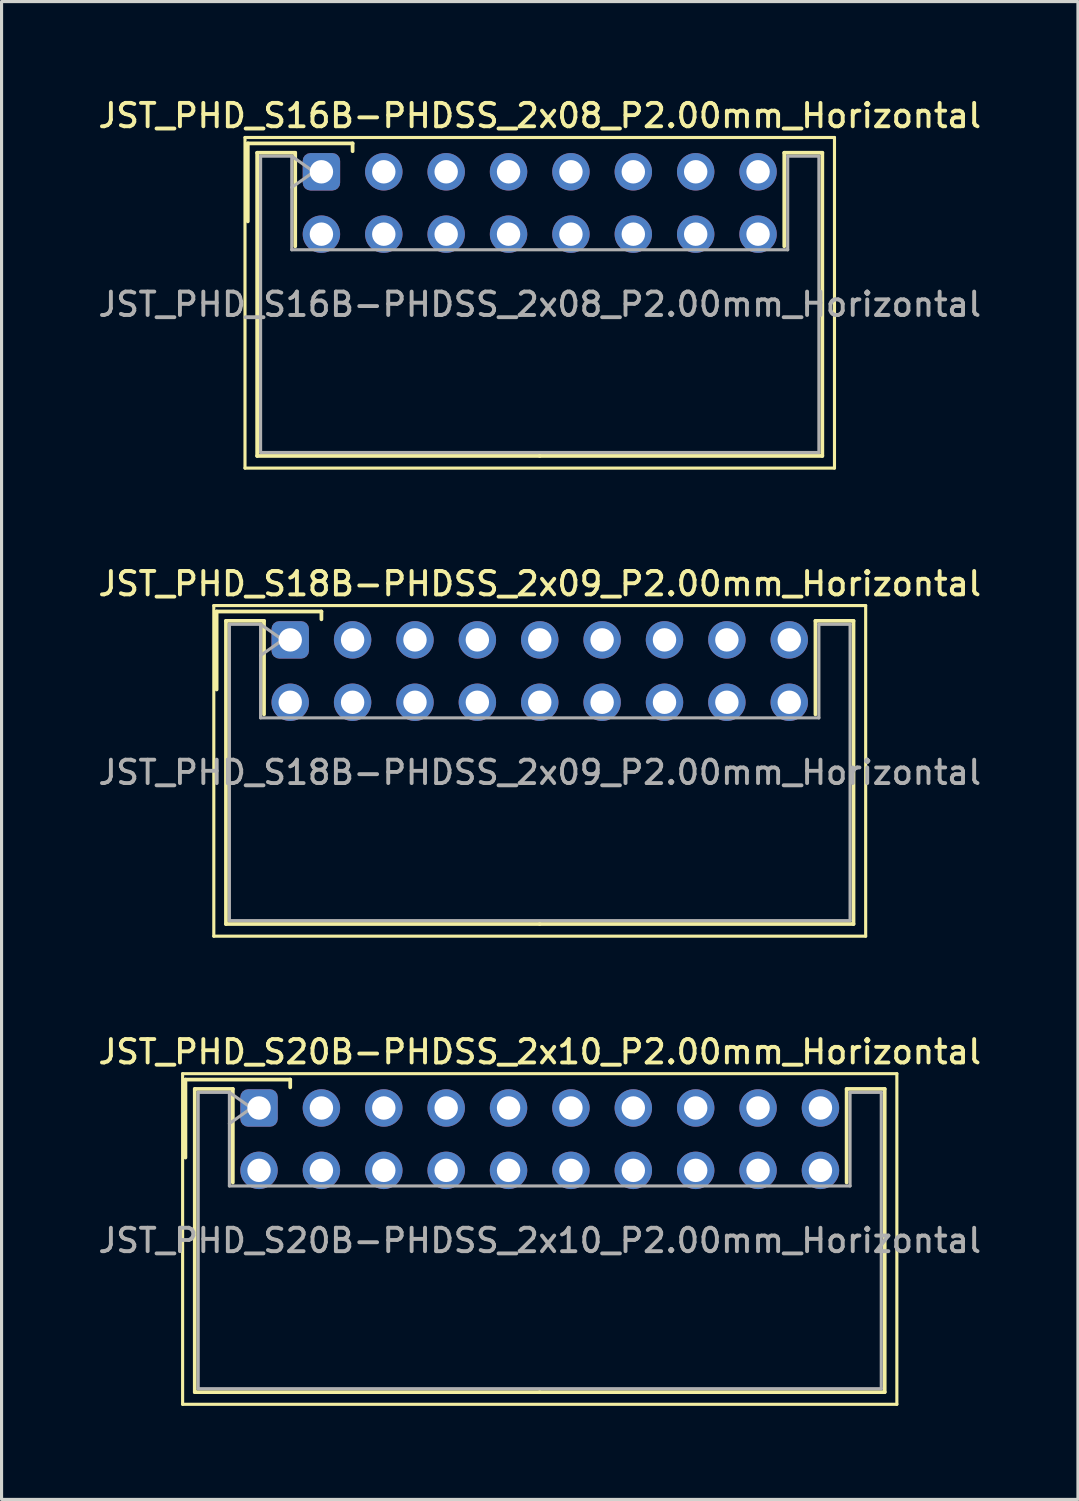
<source format=kicad_pcb>
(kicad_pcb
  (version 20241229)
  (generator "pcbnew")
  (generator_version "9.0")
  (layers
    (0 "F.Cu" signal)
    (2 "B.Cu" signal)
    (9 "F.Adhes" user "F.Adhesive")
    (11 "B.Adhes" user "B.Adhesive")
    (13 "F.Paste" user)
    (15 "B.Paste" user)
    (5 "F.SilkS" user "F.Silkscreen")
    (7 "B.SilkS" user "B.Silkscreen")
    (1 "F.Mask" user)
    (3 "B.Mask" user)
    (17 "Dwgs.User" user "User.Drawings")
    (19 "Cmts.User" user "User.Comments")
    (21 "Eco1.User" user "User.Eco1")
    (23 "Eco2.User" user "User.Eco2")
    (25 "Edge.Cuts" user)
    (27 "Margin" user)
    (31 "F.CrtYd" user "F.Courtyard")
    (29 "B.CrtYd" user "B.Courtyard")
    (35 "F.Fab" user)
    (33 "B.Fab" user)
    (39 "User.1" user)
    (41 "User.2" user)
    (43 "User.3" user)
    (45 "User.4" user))
  (footprint "JST_PHD_S16B-PHDSS_2x08_P2.00mm_Horizontal"
    (layer "F.Cu")
    (at 7.255 2.458)
    (property "Reference" "JST_PHD_S16B-PHDSS_2x08_P2.00mm_Horizontal" (at 7 -1.8 0) (layer "F.SilkS") (effects (font (size 0.75 0.75) (thickness 0.125))))
    (attr through_hole)
    (fp_line (start -2.45 -1.1) (end -2.45 9.5) (stroke (width 0.1) (type solid)) (layer "F.SilkS"))
    (fp_line (start -2.45 9.5) (end 16.45 9.5) (stroke (width 0.1) (type solid)) (layer "F.SilkS"))
    (fp_line (start -2.36 -0.91) (end -2.36 1.59) (stroke (width 0.12) (type solid)) (layer "F.SilkS"))
    (fp_line (start -2.06 -0.61) (end -2.06 9.11) (stroke (width 0.12) (type solid)) (layer "F.SilkS"))
    (fp_line (start -2.06 9.11) (end 7 9.11) (stroke (width 0.12) (type solid)) (layer "F.SilkS"))
    (fp_line (start -0.84 -0.61) (end -2.06 -0.61) (stroke (width 0.12) (type solid)) (layer "F.SilkS"))
    (fp_line (start -0.84 2.39) (end -0.84 -0.61) (stroke (width 0.12) (type solid)) (layer "F.SilkS"))
    (fp_line (start 1 -0.91) (end -2.36 -0.91) (stroke (width 0.12) (type solid)) (layer "F.SilkS"))
    (fp_line (start 1 -0.66) (end 1 -0.91) (stroke (width 0.12) (type solid)) (layer "F.SilkS"))
    (fp_line (start 14.84 -0.61) (end 16.06 -0.61) (stroke (width 0.12) (type solid)) (layer "F.SilkS"))
    (fp_line (start 14.84 2.39) (end 14.84 -0.61) (stroke (width 0.12) (type solid)) (layer "F.SilkS"))
    (fp_line (start 16.06 -0.61) (end 16.06 9.11) (stroke (width 0.12) (type solid)) (layer "F.SilkS"))
    (fp_line (start 16.06 9.11) (end 7 9.11) (stroke (width 0.12) (type solid)) (layer "F.SilkS"))
    (fp_line (start 16.45 -1.1) (end -2.45 -1.1) (stroke (width 0.1) (type solid)) (layer "F.SilkS"))
    (fp_line (start 16.45 9.5) (end 16.45 -1.1) (stroke (width 0.1) (type solid)) (layer "F.SilkS"))
    (fp_line (start -1.95 -0.5) (end -0.95 -0.5) (stroke (width 0.1) (type solid)) (layer "F.Fab"))
    (fp_line (start -1.95 9) (end -1.95 -0.5) (stroke (width 0.1) (type solid)) (layer "F.Fab"))
    (fp_line (start -0.95 -0.5) (end -0.95 2.5) (stroke (width 0.1) (type solid)) (layer "F.Fab"))
    (fp_line (start -0.95 -0.5) (end -0.243 0) (stroke (width 0.1) (type solid)) (layer "F.Fab"))
    (fp_line (start -0.95 2.5) (end 14.95 2.5) (stroke (width 0.1) (type solid)) (layer "F.Fab"))
    (fp_line (start -0.243 0) (end -0.95 0.5) (stroke (width 0.1) (type solid)) (layer "F.Fab"))
    (fp_line (start 14.95 -0.5) (end 15.95 -0.5) (stroke (width 0.1) (type solid)) (layer "F.Fab"))
    (fp_line (start 14.95 2.5) (end 14.95 -0.5) (stroke (width 0.1) (type solid)) (layer "F.Fab"))
    (fp_line (start 15.95 -0.5) (end 15.95 9) (stroke (width 0.1) (type solid)) (layer "F.Fab"))
    (fp_line (start 15.95 9) (end -1.95 9) (stroke (width 0.1) (type solid)) (layer "F.Fab"))
    (fp_text user "${REFERENCE}" (at 7 4.25 0) (layer "F.Fab") (effects (font (size 0.75 0.75) (thickness 0.125))))
    (pad "1" thru_hole roundrect (at 0 0) (size 1.2 1.2) (drill 0.75) (layers "*.Cu" "*.Mask") (roundrect_rratio 0.208))
    (pad "2" thru_hole circle (at 0 2) (size 1.2 1.2) (drill 0.75) (layers "*.Cu" "*.Mask"))
    (pad "3" thru_hole circle (at 2 0) (size 1.2 1.2) (drill 0.75) (layers "*.Cu" "*.Mask"))
    (pad "4" thru_hole circle (at 2 2) (size 1.2 1.2) (drill 0.75) (layers "*.Cu" "*.Mask"))
    (pad "5" thru_hole circle (at 4 0) (size 1.2 1.2) (drill 0.75) (layers "*.Cu" "*.Mask"))
    (pad "6" thru_hole circle (at 4 2) (size 1.2 1.2) (drill 0.75) (layers "*.Cu" "*.Mask"))
    (pad "7" thru_hole circle (at 6 0) (size 1.2 1.2) (drill 0.75) (layers "*.Cu" "*.Mask"))
    (pad "8" thru_hole circle (at 6 2) (size 1.2 1.2) (drill 0.75) (layers "*.Cu" "*.Mask"))
    (pad "9" thru_hole circle (at 8 0) (size 1.2 1.2) (drill 0.75) (layers "*.Cu" "*.Mask"))
    (pad "10" thru_hole circle (at 8 2) (size 1.2 1.2) (drill 0.75) (layers "*.Cu" "*.Mask"))
    (pad "11" thru_hole circle (at 10 0) (size 1.2 1.2) (drill 0.75) (layers "*.Cu" "*.Mask"))
    (pad "12" thru_hole circle (at 10 2) (size 1.2 1.2) (drill 0.75) (layers "*.Cu" "*.Mask"))
    (pad "13" thru_hole circle (at 12 0) (size 1.2 1.2) (drill 0.75) (layers "*.Cu" "*.Mask"))
    (pad "14" thru_hole circle (at 12 2) (size 1.2 1.2) (drill 0.75) (layers "*.Cu" "*.Mask"))
    (pad "15" thru_hole circle (at 14 0) (size 1.2 1.2) (drill 0.75) (layers "*.Cu" "*.Mask"))
    (pad "16" thru_hole circle (at 14 2) (size 1.2 1.2) (drill 0.75) (layers "*.Cu" "*.Mask")))
  (footprint "JST_PHD_S18B-PHDSS_2x09_P2.00mm_Horizontal"
    (layer "F.Cu")
    (at 6.255 17.466)
    (property "Reference" "JST_PHD_S18B-PHDSS_2x09_P2.00mm_Horizontal" (at 8 -1.8 0) (layer "F.SilkS") (effects (font (size 0.75 0.75) (thickness 0.125))))
    (attr through_hole)
    (fp_line (start -2.45 -1.1) (end -2.45 9.5) (stroke (width 0.1) (type solid)) (layer "F.SilkS"))
    (fp_line (start -2.45 9.5) (end 18.45 9.5) (stroke (width 0.1) (type solid)) (layer "F.SilkS"))
    (fp_line (start -2.36 -0.91) (end -2.36 1.59) (stroke (width 0.12) (type solid)) (layer "F.SilkS"))
    (fp_line (start -2.06 -0.61) (end -2.06 9.11) (stroke (width 0.12) (type solid)) (layer "F.SilkS"))
    (fp_line (start -2.06 9.11) (end 8 9.11) (stroke (width 0.12) (type solid)) (layer "F.SilkS"))
    (fp_line (start -0.84 -0.61) (end -2.06 -0.61) (stroke (width 0.12) (type solid)) (layer "F.SilkS"))
    (fp_line (start -0.84 2.39) (end -0.84 -0.61) (stroke (width 0.12) (type solid)) (layer "F.SilkS"))
    (fp_line (start 1 -0.91) (end -2.36 -0.91) (stroke (width 0.12) (type solid)) (layer "F.SilkS"))
    (fp_line (start 1 -0.66) (end 1 -0.91) (stroke (width 0.12) (type solid)) (layer "F.SilkS"))
    (fp_line (start 16.84 -0.61) (end 18.06 -0.61) (stroke (width 0.12) (type solid)) (layer "F.SilkS"))
    (fp_line (start 16.84 2.39) (end 16.84 -0.61) (stroke (width 0.12) (type solid)) (layer "F.SilkS"))
    (fp_line (start 18.06 -0.61) (end 18.06 9.11) (stroke (width 0.12) (type solid)) (layer "F.SilkS"))
    (fp_line (start 18.06 9.11) (end 8 9.11) (stroke (width 0.12) (type solid)) (layer "F.SilkS"))
    (fp_line (start 18.45 -1.1) (end -2.45 -1.1) (stroke (width 0.1) (type solid)) (layer "F.SilkS"))
    (fp_line (start 18.45 9.5) (end 18.45 -1.1) (stroke (width 0.1) (type solid)) (layer "F.SilkS"))
    (fp_line (start -1.95 -0.5) (end -0.95 -0.5) (stroke (width 0.1) (type solid)) (layer "F.Fab"))
    (fp_line (start -1.95 9) (end -1.95 -0.5) (stroke (width 0.1) (type solid)) (layer "F.Fab"))
    (fp_line (start -0.95 -0.5) (end -0.95 2.5) (stroke (width 0.1) (type solid)) (layer "F.Fab"))
    (fp_line (start -0.95 -0.5) (end -0.243 0) (stroke (width 0.1) (type solid)) (layer "F.Fab"))
    (fp_line (start -0.95 2.5) (end 16.95 2.5) (stroke (width 0.1) (type solid)) (layer "F.Fab"))
    (fp_line (start -0.243 0) (end -0.95 0.5) (stroke (width 0.1) (type solid)) (layer "F.Fab"))
    (fp_line (start 16.95 -0.5) (end 17.95 -0.5) (stroke (width 0.1) (type solid)) (layer "F.Fab"))
    (fp_line (start 16.95 2.5) (end 16.95 -0.5) (stroke (width 0.1) (type solid)) (layer "F.Fab"))
    (fp_line (start 17.95 -0.5) (end 17.95 9) (stroke (width 0.1) (type solid)) (layer "F.Fab"))
    (fp_line (start 17.95 9) (end -1.95 9) (stroke (width 0.1) (type solid)) (layer "F.Fab"))
    (fp_text user "${REFERENCE}" (at 8 4.25 0) (layer "F.Fab") (effects (font (size 0.75 0.75) (thickness 0.125))))
    (pad "1" thru_hole roundrect (at 0 0) (size 1.2 1.2) (drill 0.75) (layers "*.Cu" "*.Mask") (roundrect_rratio 0.208))
    (pad "2" thru_hole circle (at 0 2) (size 1.2 1.2) (drill 0.75) (layers "*.Cu" "*.Mask"))
    (pad "3" thru_hole circle (at 2 0) (size 1.2 1.2) (drill 0.75) (layers "*.Cu" "*.Mask"))
    (pad "4" thru_hole circle (at 2 2) (size 1.2 1.2) (drill 0.75) (layers "*.Cu" "*.Mask"))
    (pad "5" thru_hole circle (at 4 0) (size 1.2 1.2) (drill 0.75) (layers "*.Cu" "*.Mask"))
    (pad "6" thru_hole circle (at 4 2) (size 1.2 1.2) (drill 0.75) (layers "*.Cu" "*.Mask"))
    (pad "7" thru_hole circle (at 6 0) (size 1.2 1.2) (drill 0.75) (layers "*.Cu" "*.Mask"))
    (pad "8" thru_hole circle (at 6 2) (size 1.2 1.2) (drill 0.75) (layers "*.Cu" "*.Mask"))
    (pad "9" thru_hole circle (at 8 0) (size 1.2 1.2) (drill 0.75) (layers "*.Cu" "*.Mask"))
    (pad "10" thru_hole circle (at 8 2) (size 1.2 1.2) (drill 0.75) (layers "*.Cu" "*.Mask"))
    (pad "11" thru_hole circle (at 10 0) (size 1.2 1.2) (drill 0.75) (layers "*.Cu" "*.Mask"))
    (pad "12" thru_hole circle (at 10 2) (size 1.2 1.2) (drill 0.75) (layers "*.Cu" "*.Mask"))
    (pad "13" thru_hole circle (at 12 0) (size 1.2 1.2) (drill 0.75) (layers "*.Cu" "*.Mask"))
    (pad "14" thru_hole circle (at 12 2) (size 1.2 1.2) (drill 0.75) (layers "*.Cu" "*.Mask"))
    (pad "15" thru_hole circle (at 14 0) (size 1.2 1.2) (drill 0.75) (layers "*.Cu" "*.Mask"))
    (pad "16" thru_hole circle (at 14 2) (size 1.2 1.2) (drill 0.75) (layers "*.Cu" "*.Mask"))
    (pad "17" thru_hole circle (at 16 0) (size 1.2 1.2) (drill 0.75) (layers "*.Cu" "*.Mask"))
    (pad "18" thru_hole circle (at 16 2) (size 1.2 1.2) (drill 0.75) (layers "*.Cu" "*.Mask")))
  (footprint "JST_PHD_S20B-PHDSS_2x10_P2.00mm_Horizontal"
    (layer "F.Cu")
    (at 5.255 32.474)
    (property "Reference" "JST_PHD_S20B-PHDSS_2x10_P2.00mm_Horizontal" (at 9 -1.8 0) (layer "F.SilkS") (effects (font (size 0.75 0.75) (thickness 0.125))))
    (attr through_hole)
    (fp_line (start -2.45 -1.1) (end -2.45 9.5) (stroke (width 0.1) (type solid)) (layer "F.SilkS"))
    (fp_line (start -2.45 9.5) (end 20.45 9.5) (stroke (width 0.1) (type solid)) (layer "F.SilkS"))
    (fp_line (start -2.36 -0.91) (end -2.36 1.59) (stroke (width 0.12) (type solid)) (layer "F.SilkS"))
    (fp_line (start -2.06 -0.61) (end -2.06 9.11) (stroke (width 0.12) (type solid)) (layer "F.SilkS"))
    (fp_line (start -2.06 9.11) (end 9 9.11) (stroke (width 0.12) (type solid)) (layer "F.SilkS"))
    (fp_line (start -0.84 -0.61) (end -2.06 -0.61) (stroke (width 0.12) (type solid)) (layer "F.SilkS"))
    (fp_line (start -0.84 2.39) (end -0.84 -0.61) (stroke (width 0.12) (type solid)) (layer "F.SilkS"))
    (fp_line (start 1 -0.91) (end -2.36 -0.91) (stroke (width 0.12) (type solid)) (layer "F.SilkS"))
    (fp_line (start 1 -0.66) (end 1 -0.91) (stroke (width 0.12) (type solid)) (layer "F.SilkS"))
    (fp_line (start 18.84 -0.61) (end 20.06 -0.61) (stroke (width 0.12) (type solid)) (layer "F.SilkS"))
    (fp_line (start 18.84 2.39) (end 18.84 -0.61) (stroke (width 0.12) (type solid)) (layer "F.SilkS"))
    (fp_line (start 20.06 -0.61) (end 20.06 9.11) (stroke (width 0.12) (type solid)) (layer "F.SilkS"))
    (fp_line (start 20.06 9.11) (end 9 9.11) (stroke (width 0.12) (type solid)) (layer "F.SilkS"))
    (fp_line (start 20.45 -1.1) (end -2.45 -1.1) (stroke (width 0.1) (type solid)) (layer "F.SilkS"))
    (fp_line (start 20.45 9.5) (end 20.45 -1.1) (stroke (width 0.1) (type solid)) (layer "F.SilkS"))
    (fp_line (start -1.95 -0.5) (end -0.95 -0.5) (stroke (width 0.1) (type solid)) (layer "F.Fab"))
    (fp_line (start -1.95 9) (end -1.95 -0.5) (stroke (width 0.1) (type solid)) (layer "F.Fab"))
    (fp_line (start -0.95 -0.5) (end -0.95 2.5) (stroke (width 0.1) (type solid)) (layer "F.Fab"))
    (fp_line (start -0.95 -0.5) (end -0.243 0) (stroke (width 0.1) (type solid)) (layer "F.Fab"))
    (fp_line (start -0.95 2.5) (end 18.95 2.5) (stroke (width 0.1) (type solid)) (layer "F.Fab"))
    (fp_line (start -0.243 0) (end -0.95 0.5) (stroke (width 0.1) (type solid)) (layer "F.Fab"))
    (fp_line (start 18.95 -0.5) (end 19.95 -0.5) (stroke (width 0.1) (type solid)) (layer "F.Fab"))
    (fp_line (start 18.95 2.5) (end 18.95 -0.5) (stroke (width 0.1) (type solid)) (layer "F.Fab"))
    (fp_line (start 19.95 -0.5) (end 19.95 9) (stroke (width 0.1) (type solid)) (layer "F.Fab"))
    (fp_line (start 19.95 9) (end -1.95 9) (stroke (width 0.1) (type solid)) (layer "F.Fab"))
    (fp_text user "${REFERENCE}" (at 9 4.25 0) (layer "F.Fab") (effects (font (size 0.75 0.75) (thickness 0.125))))
    (pad "1" thru_hole roundrect (at 0 0) (size 1.2 1.2) (drill 0.75) (layers "*.Cu" "*.Mask") (roundrect_rratio 0.208))
    (pad "2" thru_hole circle (at 0 2) (size 1.2 1.2) (drill 0.75) (layers "*.Cu" "*.Mask"))
    (pad "3" thru_hole circle (at 2 0) (size 1.2 1.2) (drill 0.75) (layers "*.Cu" "*.Mask"))
    (pad "4" thru_hole circle (at 2 2) (size 1.2 1.2) (drill 0.75) (layers "*.Cu" "*.Mask"))
    (pad "5" thru_hole circle (at 4 0) (size 1.2 1.2) (drill 0.75) (layers "*.Cu" "*.Mask"))
    (pad "6" thru_hole circle (at 4 2) (size 1.2 1.2) (drill 0.75) (layers "*.Cu" "*.Mask"))
    (pad "7" thru_hole circle (at 6 0) (size 1.2 1.2) (drill 0.75) (layers "*.Cu" "*.Mask"))
    (pad "8" thru_hole circle (at 6 2) (size 1.2 1.2) (drill 0.75) (layers "*.Cu" "*.Mask"))
    (pad "9" thru_hole circle (at 8 0) (size 1.2 1.2) (drill 0.75) (layers "*.Cu" "*.Mask"))
    (pad "10" thru_hole circle (at 8 2) (size 1.2 1.2) (drill 0.75) (layers "*.Cu" "*.Mask"))
    (pad "11" thru_hole circle (at 10 0) (size 1.2 1.2) (drill 0.75) (layers "*.Cu" "*.Mask"))
    (pad "12" thru_hole circle (at 10 2) (size 1.2 1.2) (drill 0.75) (layers "*.Cu" "*.Mask"))
    (pad "13" thru_hole circle (at 12 0) (size 1.2 1.2) (drill 0.75) (layers "*.Cu" "*.Mask"))
    (pad "14" thru_hole circle (at 12 2) (size 1.2 1.2) (drill 0.75) (layers "*.Cu" "*.Mask"))
    (pad "15" thru_hole circle (at 14 0) (size 1.2 1.2) (drill 0.75) (layers "*.Cu" "*.Mask"))
    (pad "16" thru_hole circle (at 14 2) (size 1.2 1.2) (drill 0.75) (layers "*.Cu" "*.Mask"))
    (pad "17" thru_hole circle (at 16 0) (size 1.2 1.2) (drill 0.75) (layers "*.Cu" "*.Mask"))
    (pad "18" thru_hole circle (at 16 2) (size 1.2 1.2) (drill 0.75) (layers "*.Cu" "*.Mask"))
    (pad "19" thru_hole circle (at 18 0) (size 1.2 1.2) (drill 0.75) (layers "*.Cu" "*.Mask"))
    (pad "20" thru_hole circle (at 18 2) (size 1.2 1.2) (drill 0.75) (layers "*.Cu" "*.Mask")))
  (gr_rect
    (start -3 -3)
    (end 31.511 45.024)
    (stroke (width 0.1) (type default))
    (fill no)
    (layer "Edge.Cuts")))
</source>
